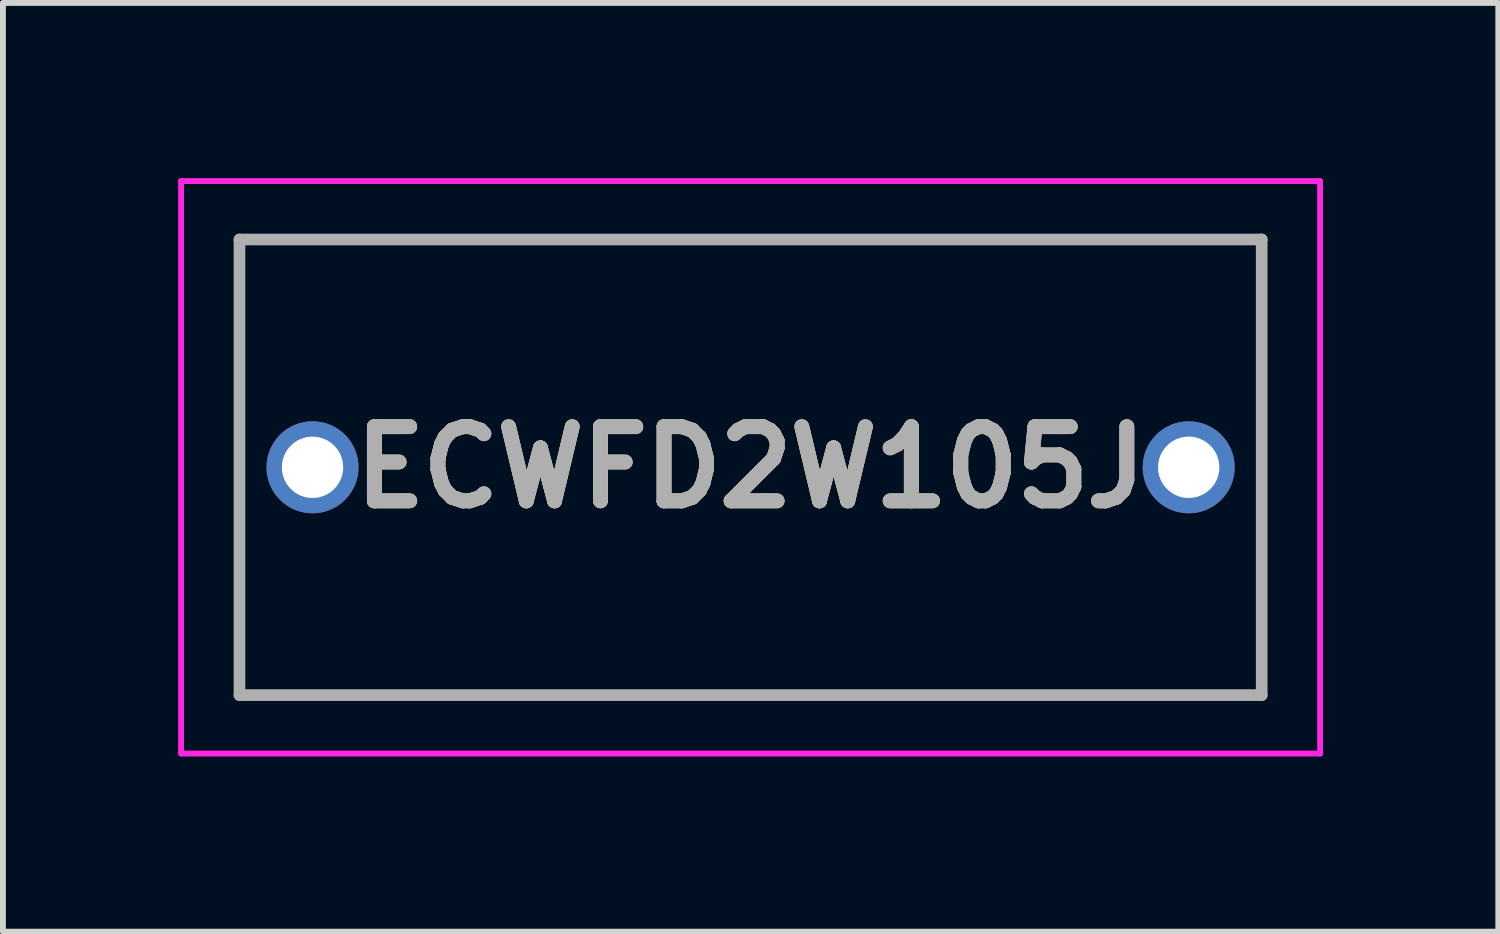
<source format=kicad_pcb>
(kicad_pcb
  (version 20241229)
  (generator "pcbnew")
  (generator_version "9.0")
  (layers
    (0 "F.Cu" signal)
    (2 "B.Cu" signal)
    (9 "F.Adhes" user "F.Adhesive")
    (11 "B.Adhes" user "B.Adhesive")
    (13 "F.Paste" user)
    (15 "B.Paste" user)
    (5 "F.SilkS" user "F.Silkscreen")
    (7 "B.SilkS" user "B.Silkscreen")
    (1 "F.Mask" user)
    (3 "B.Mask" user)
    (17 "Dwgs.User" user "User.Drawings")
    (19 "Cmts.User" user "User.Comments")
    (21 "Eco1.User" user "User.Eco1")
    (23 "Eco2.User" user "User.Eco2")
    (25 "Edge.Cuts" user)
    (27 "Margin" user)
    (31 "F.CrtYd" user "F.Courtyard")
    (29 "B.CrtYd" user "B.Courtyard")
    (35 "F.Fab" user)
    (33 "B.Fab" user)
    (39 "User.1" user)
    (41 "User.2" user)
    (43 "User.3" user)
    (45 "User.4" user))
  (footprint "ECWFD2W105J"
    (layer "F.Cu")
    (at 2.3 4.95)
    (property "Reference" "ECWFD2W105J" (at 7.5 0 0) (layer "F.SilkS") (effects (font (size 1.27 1.27) (thickness 0.254))))
    (attr through_hole)
    (fp_line (start -1.25 -3.9) (end 16.25 -3.9) (stroke (width 0.1) (type solid)) (layer "F.SilkS"))
    (fp_line (start -1.25 3.9) (end -1.25 -3.9) (stroke (width 0.1) (type solid)) (layer "F.SilkS"))
    (fp_line (start 16.25 -3.9) (end 16.25 3.9) (stroke (width 0.1) (type solid)) (layer "F.SilkS"))
    (fp_line (start 16.25 3.9) (end -1.25 3.9) (stroke (width 0.1) (type solid)) (layer "F.SilkS"))
    (fp_line (start -2.25 -4.9) (end 17.25 -4.9) (stroke (width 0.1) (type solid)) (layer "F.CrtYd"))
    (fp_line (start -2.25 4.9) (end -2.25 -4.9) (stroke (width 0.1) (type solid)) (layer "F.CrtYd"))
    (fp_line (start 17.25 -4.9) (end 17.25 4.9) (stroke (width 0.1) (type solid)) (layer "F.CrtYd"))
    (fp_line (start 17.25 4.9) (end -2.25 4.9) (stroke (width 0.1) (type solid)) (layer "F.CrtYd"))
    (fp_line (start -1.25 -3.9) (end 16.25 -3.9) (stroke (width 0.2) (type solid)) (layer "F.Fab"))
    (fp_line (start -1.25 3.9) (end -1.25 -3.9) (stroke (width 0.2) (type solid)) (layer "F.Fab"))
    (fp_line (start 16.25 -3.9) (end 16.25 3.9) (stroke (width 0.2) (type solid)) (layer "F.Fab"))
    (fp_line (start 16.25 3.9) (end -1.25 3.9) (stroke (width 0.2) (type solid)) (layer "F.Fab"))
    (fp_text user "${REFERENCE}" (at 7.5 0 0) (layer "F.Fab") (effects (font (size 1.27 1.27) (thickness 0.254))))
    (pad "1" thru_hole circle (at 0 0) (size 1.575 1.575) (drill 1.05) (layers "*.Cu" "*.Mask"))
    (pad "2" thru_hole circle (at 15 0) (size 1.575 1.575) (drill 1.05) (layers "*.Cu" "*.Mask")))
  (gr_rect
    (start -3 -3)
    (end 22.6 12.9)
    (stroke (width 0.1) (type default))
    (fill no)
    (layer "Edge.Cuts")))
</source>
